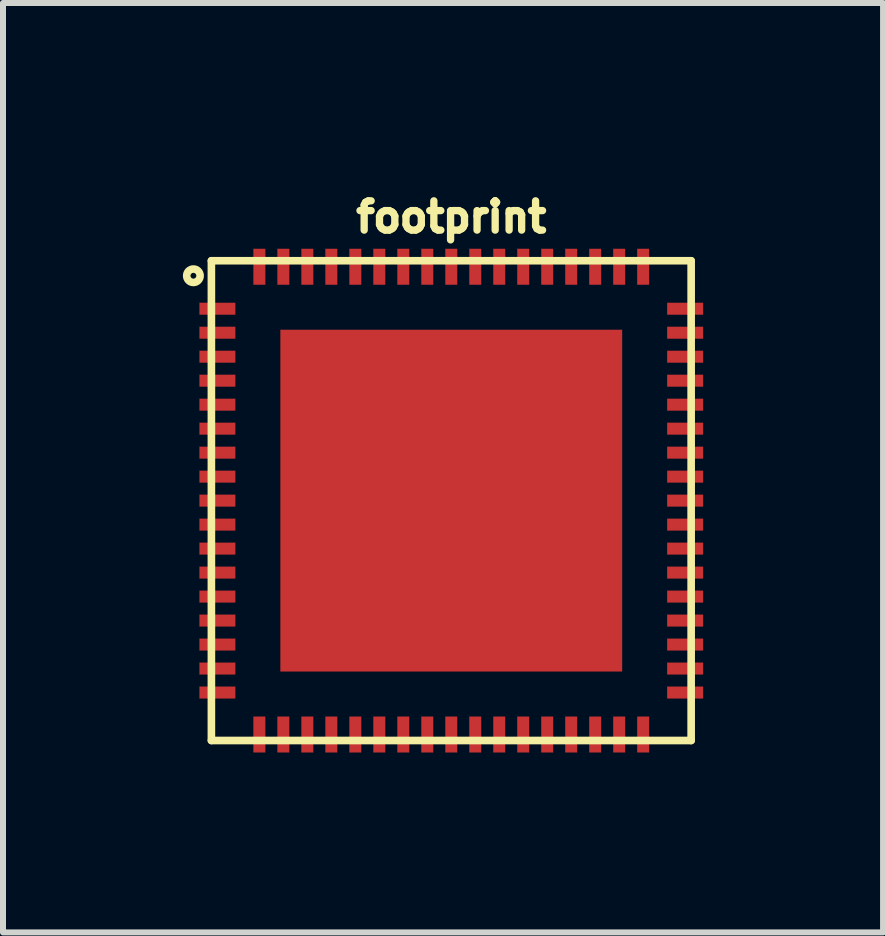
<source format=kicad_pcb>
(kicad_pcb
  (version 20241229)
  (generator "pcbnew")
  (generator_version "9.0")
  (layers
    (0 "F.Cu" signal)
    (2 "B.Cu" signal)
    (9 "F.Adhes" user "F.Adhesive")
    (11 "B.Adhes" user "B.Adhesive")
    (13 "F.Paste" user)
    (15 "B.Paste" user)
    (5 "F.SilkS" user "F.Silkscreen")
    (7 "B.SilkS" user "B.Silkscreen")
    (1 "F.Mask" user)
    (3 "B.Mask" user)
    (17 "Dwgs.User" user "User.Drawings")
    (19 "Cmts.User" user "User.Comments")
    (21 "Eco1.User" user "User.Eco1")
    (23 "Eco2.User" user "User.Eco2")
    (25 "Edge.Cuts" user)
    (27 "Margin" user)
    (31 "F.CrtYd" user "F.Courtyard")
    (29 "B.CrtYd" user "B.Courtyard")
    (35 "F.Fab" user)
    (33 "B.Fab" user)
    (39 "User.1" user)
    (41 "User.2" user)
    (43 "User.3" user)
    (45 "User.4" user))
  (footprint "footprint"
    (layer "F.Cu")
    (at 4.475 5.298)
    (property "Reference" "footprint" (at 0 -4.445 0) (layer "F.SilkS") (effects (font (size 0.488 0.488) (thickness 0.122)) (justify bottom)))
    (fp_line (start -4 -4) (end -4 4) (stroke (width 0.127) (type solid)) (layer "F.SilkS"))
    (fp_line (start -4 4) (end 4 4) (stroke (width 0.127) (type solid)) (layer "F.SilkS"))
    (fp_line (start 4 -4) (end -4 -4) (stroke (width 0.127) (type solid)) (layer "F.SilkS"))
    (fp_line (start 4 4) (end 4 -4) (stroke (width 0.127) (type solid)) (layer "F.SilkS"))
    (fp_circle (center -4.3 -3.75) (end -4.188 -3.75) (stroke (width 0.127) (type solid)) (fill no) (layer "F.SilkS"))
    (fp_poly (pts (xy -2.5 0.5) (xy -1.5 0.5) (xy -1.5 -0.5) (xy -2.5 -0.5)) (stroke (width 0) (type solid)) (fill yes) (layer "F.Paste"))
    (fp_poly (pts (xy -0.5 -1.5) (xy 0.5 -1.5) (xy 0.5 -2.5) (xy -0.5 -2.5)) (stroke (width 0) (type solid)) (fill yes) (layer "F.Paste"))
    (fp_poly (pts (xy -0.5 0.5) (xy 0.5 0.5) (xy 0.5 -0.5) (xy -0.5 -0.5)) (stroke (width 0) (type solid)) (fill yes) (layer "F.Paste"))
    (fp_poly (pts (xy -0.5 2.5) (xy 0.5 2.5) (xy 0.5 1.5) (xy -0.5 1.5)) (stroke (width 0) (type solid)) (fill yes) (layer "F.Paste"))
    (fp_poly (pts (xy 1.5 0.5) (xy 2.5 0.5) (xy 2.5 -0.5) (xy 1.5 -0.5)) (stroke (width 0) (type solid)) (fill yes) (layer "F.Paste"))
    (pad "1" smd rect (at -3.9 -3.2 180) (size 0.6 0.2) (layers "F.Cu" "F.Mask" "F.Paste"))
    (pad "2" smd rect (at -3.9 -2.8 180) (size 0.6 0.2) (layers "F.Cu" "F.Mask" "F.Paste"))
    (pad "3" smd rect (at -3.9 -2.4 180) (size 0.6 0.2) (layers "F.Cu" "F.Mask" "F.Paste"))
    (pad "4" smd rect (at -3.9 -2 180) (size 0.6 0.2) (layers "F.Cu" "F.Mask" "F.Paste"))
    (pad "5" smd rect (at -3.9 -1.6 180) (size 0.6 0.2) (layers "F.Cu" "F.Mask" "F.Paste"))
    (pad "6" smd rect (at -3.9 -1.2 180) (size 0.6 0.2) (layers "F.Cu" "F.Mask" "F.Paste"))
    (pad "7" smd rect (at -3.9 -0.8 180) (size 0.6 0.2) (layers "F.Cu" "F.Mask" "F.Paste"))
    (pad "8" smd rect (at -3.9 -0.4 180) (size 0.6 0.2) (layers "F.Cu" "F.Mask" "F.Paste"))
    (pad "9" smd rect (at -3.9 0 180) (size 0.6 0.2) (layers "F.Cu" "F.Mask" "F.Paste"))
    (pad "10" smd rect (at -3.9 0.4 180) (size 0.6 0.2) (layers "F.Cu" "F.Mask" "F.Paste"))
    (pad "11" smd rect (at -3.9 0.8 180) (size 0.6 0.2) (layers "F.Cu" "F.Mask" "F.Paste"))
    (pad "12" smd rect (at -3.9 1.2 180) (size 0.6 0.2) (layers "F.Cu" "F.Mask" "F.Paste"))
    (pad "13" smd rect (at -3.9 1.6 180) (size 0.6 0.2) (layers "F.Cu" "F.Mask" "F.Paste"))
    (pad "14" smd rect (at -3.9 2 180) (size 0.6 0.2) (layers "F.Cu" "F.Mask" "F.Paste"))
    (pad "15" smd rect (at -3.9 2.4 180) (size 0.6 0.2) (layers "F.Cu" "F.Mask" "F.Paste"))
    (pad "16" smd rect (at -3.9 2.8 180) (size 0.6 0.2) (layers "F.Cu" "F.Mask" "F.Paste"))
    (pad "17" smd rect (at -3.9 3.2 180) (size 0.6 0.2) (layers "F.Cu" "F.Mask" "F.Paste"))
    (pad "18" smd rect (at -3.2 3.9 270) (size 0.6 0.2) (layers "F.Cu" "F.Mask" "F.Paste"))
    (pad "19" smd rect (at -2.8 3.9 270) (size 0.6 0.2) (layers "F.Cu" "F.Mask" "F.Paste"))
    (pad "20" smd rect (at -2.4 3.9 270) (size 0.6 0.2) (layers "F.Cu" "F.Mask" "F.Paste"))
    (pad "21" smd rect (at -2 3.9 270) (size 0.6 0.2) (layers "F.Cu" "F.Mask" "F.Paste"))
    (pad "22" smd rect (at -1.6 3.9 270) (size 0.6 0.2) (layers "F.Cu" "F.Mask" "F.Paste"))
    (pad "23" smd rect (at -1.2 3.9 270) (size 0.6 0.2) (layers "F.Cu" "F.Mask" "F.Paste"))
    (pad "24" smd rect (at -0.8 3.9 270) (size 0.6 0.2) (layers "F.Cu" "F.Mask" "F.Paste"))
    (pad "25" smd rect (at -0.4 3.9 270) (size 0.6 0.2) (layers "F.Cu" "F.Mask" "F.Paste"))
    (pad "26" smd rect (at 0 3.9 270) (size 0.6 0.2) (layers "F.Cu" "F.Mask" "F.Paste"))
    (pad "27" smd rect (at 0.4 3.9 270) (size 0.6 0.2) (layers "F.Cu" "F.Mask" "F.Paste"))
    (pad "28" smd rect (at 0.8 3.9 270) (size 0.6 0.2) (layers "F.Cu" "F.Mask" "F.Paste"))
    (pad "29" smd rect (at 1.2 3.9 270) (size 0.6 0.2) (layers "F.Cu" "F.Mask" "F.Paste"))
    (pad "30" smd rect (at 1.6 3.9 270) (size 0.6 0.2) (layers "F.Cu" "F.Mask" "F.Paste"))
    (pad "31" smd rect (at 2 3.9 270) (size 0.6 0.2) (layers "F.Cu" "F.Mask" "F.Paste"))
    (pad "32" smd rect (at 2.4 3.9 270) (size 0.6 0.2) (layers "F.Cu" "F.Mask" "F.Paste"))
    (pad "33" smd rect (at 2.8 3.9 270) (size 0.6 0.2) (layers "F.Cu" "F.Mask" "F.Paste"))
    (pad "34" smd rect (at 3.2 3.9 270) (size 0.6 0.2) (layers "F.Cu" "F.Mask" "F.Paste"))
    (pad "35" smd rect (at 3.9 3.2) (size 0.6 0.2) (layers "F.Cu" "F.Mask" "F.Paste"))
    (pad "36" smd rect (at 3.9 2.8) (size 0.6 0.2) (layers "F.Cu" "F.Mask" "F.Paste"))
    (pad "37" smd rect (at 3.9 2.4) (size 0.6 0.2) (layers "F.Cu" "F.Mask" "F.Paste"))
    (pad "38" smd rect (at 3.9 2) (size 0.6 0.2) (layers "F.Cu" "F.Mask" "F.Paste"))
    (pad "39" smd rect (at 3.9 1.6) (size 0.6 0.2) (layers "F.Cu" "F.Mask" "F.Paste"))
    (pad "40" smd rect (at 3.9 1.2) (size 0.6 0.2) (layers "F.Cu" "F.Mask" "F.Paste"))
    (pad "41" smd rect (at 3.9 0.8) (size 0.6 0.2) (layers "F.Cu" "F.Mask" "F.Paste"))
    (pad "42" smd rect (at 3.9 0.4) (size 0.6 0.2) (layers "F.Cu" "F.Mask" "F.Paste"))
    (pad "43" smd rect (at 3.9 0) (size 0.6 0.2) (layers "F.Cu" "F.Mask" "F.Paste"))
    (pad "44" smd rect (at 3.9 -0.4) (size 0.6 0.2) (layers "F.Cu" "F.Mask" "F.Paste"))
    (pad "45" smd rect (at 3.9 -0.8) (size 0.6 0.2) (layers "F.Cu" "F.Mask" "F.Paste"))
    (pad "46" smd rect (at 3.9 -1.2) (size 0.6 0.2) (layers "F.Cu" "F.Mask" "F.Paste"))
    (pad "47" smd rect (at 3.9 -1.6) (size 0.6 0.2) (layers "F.Cu" "F.Mask" "F.Paste"))
    (pad "48" smd rect (at 3.9 -2) (size 0.6 0.2) (layers "F.Cu" "F.Mask" "F.Paste"))
    (pad "49" smd rect (at 3.9 -2.4) (size 0.6 0.2) (layers "F.Cu" "F.Mask" "F.Paste"))
    (pad "50" smd rect (at 3.9 -2.8) (size 0.6 0.2) (layers "F.Cu" "F.Mask" "F.Paste"))
    (pad "51" smd rect (at 3.9 -3.2) (size 0.6 0.2) (layers "F.Cu" "F.Mask" "F.Paste"))
    (pad "52" smd rect (at 3.2 -3.9 90) (size 0.6 0.2) (layers "F.Cu" "F.Mask" "F.Paste"))
    (pad "53" smd rect (at 2.8 -3.9 90) (size 0.6 0.2) (layers "F.Cu" "F.Mask" "F.Paste"))
    (pad "54" smd rect (at 2.4 -3.9 90) (size 0.6 0.2) (layers "F.Cu" "F.Mask" "F.Paste"))
    (pad "55" smd rect (at 2 -3.9 90) (size 0.6 0.2) (layers "F.Cu" "F.Mask" "F.Paste"))
    (pad "56" smd rect (at 1.6 -3.9 90) (size 0.6 0.2) (layers "F.Cu" "F.Mask" "F.Paste"))
    (pad "57" smd rect (at 1.2 -3.9 90) (size 0.6 0.2) (layers "F.Cu" "F.Mask" "F.Paste"))
    (pad "58" smd rect (at 0.8 -3.9 90) (size 0.6 0.2) (layers "F.Cu" "F.Mask" "F.Paste"))
    (pad "59" smd rect (at 0.4 -3.9 90) (size 0.6 0.2) (layers "F.Cu" "F.Mask" "F.Paste"))
    (pad "60" smd rect (at 0 -3.9 90) (size 0.6 0.2) (layers "F.Cu" "F.Mask" "F.Paste"))
    (pad "61" smd rect (at -0.4 -3.9 90) (size 0.6 0.2) (layers "F.Cu" "F.Mask" "F.Paste"))
    (pad "62" smd rect (at -0.8 -3.9 90) (size 0.6 0.2) (layers "F.Cu" "F.Mask" "F.Paste"))
    (pad "63" smd rect (at -1.2 -3.9 90) (size 0.6 0.2) (layers "F.Cu" "F.Mask" "F.Paste"))
    (pad "64" smd rect (at -1.6 -3.9 90) (size 0.6 0.2) (layers "F.Cu" "F.Mask" "F.Paste"))
    (pad "65" smd rect (at -2 -3.9 90) (size 0.6 0.2) (layers "F.Cu" "F.Mask" "F.Paste"))
    (pad "66" smd rect (at -2.4 -3.9 90) (size 0.6 0.2) (layers "F.Cu" "F.Mask" "F.Paste"))
    (pad "67" smd rect (at -2.8 -3.9 90) (size 0.6 0.2) (layers "F.Cu" "F.Mask" "F.Paste"))
    (pad "68" smd rect (at -3.2 -3.9 90) (size 0.6 0.2) (layers "F.Cu" "F.Mask" "F.Paste"))
    (pad "69" smd rect (at 0 0) (size 5.7 5.7) (layers "F.Cu" "F.Mask")))
  (gr_rect
    (start -3 -3)
    (end 11.675 12.498)
    (stroke (width 0.1) (type default))
    (fill no)
    (layer "Edge.Cuts")))
</source>
